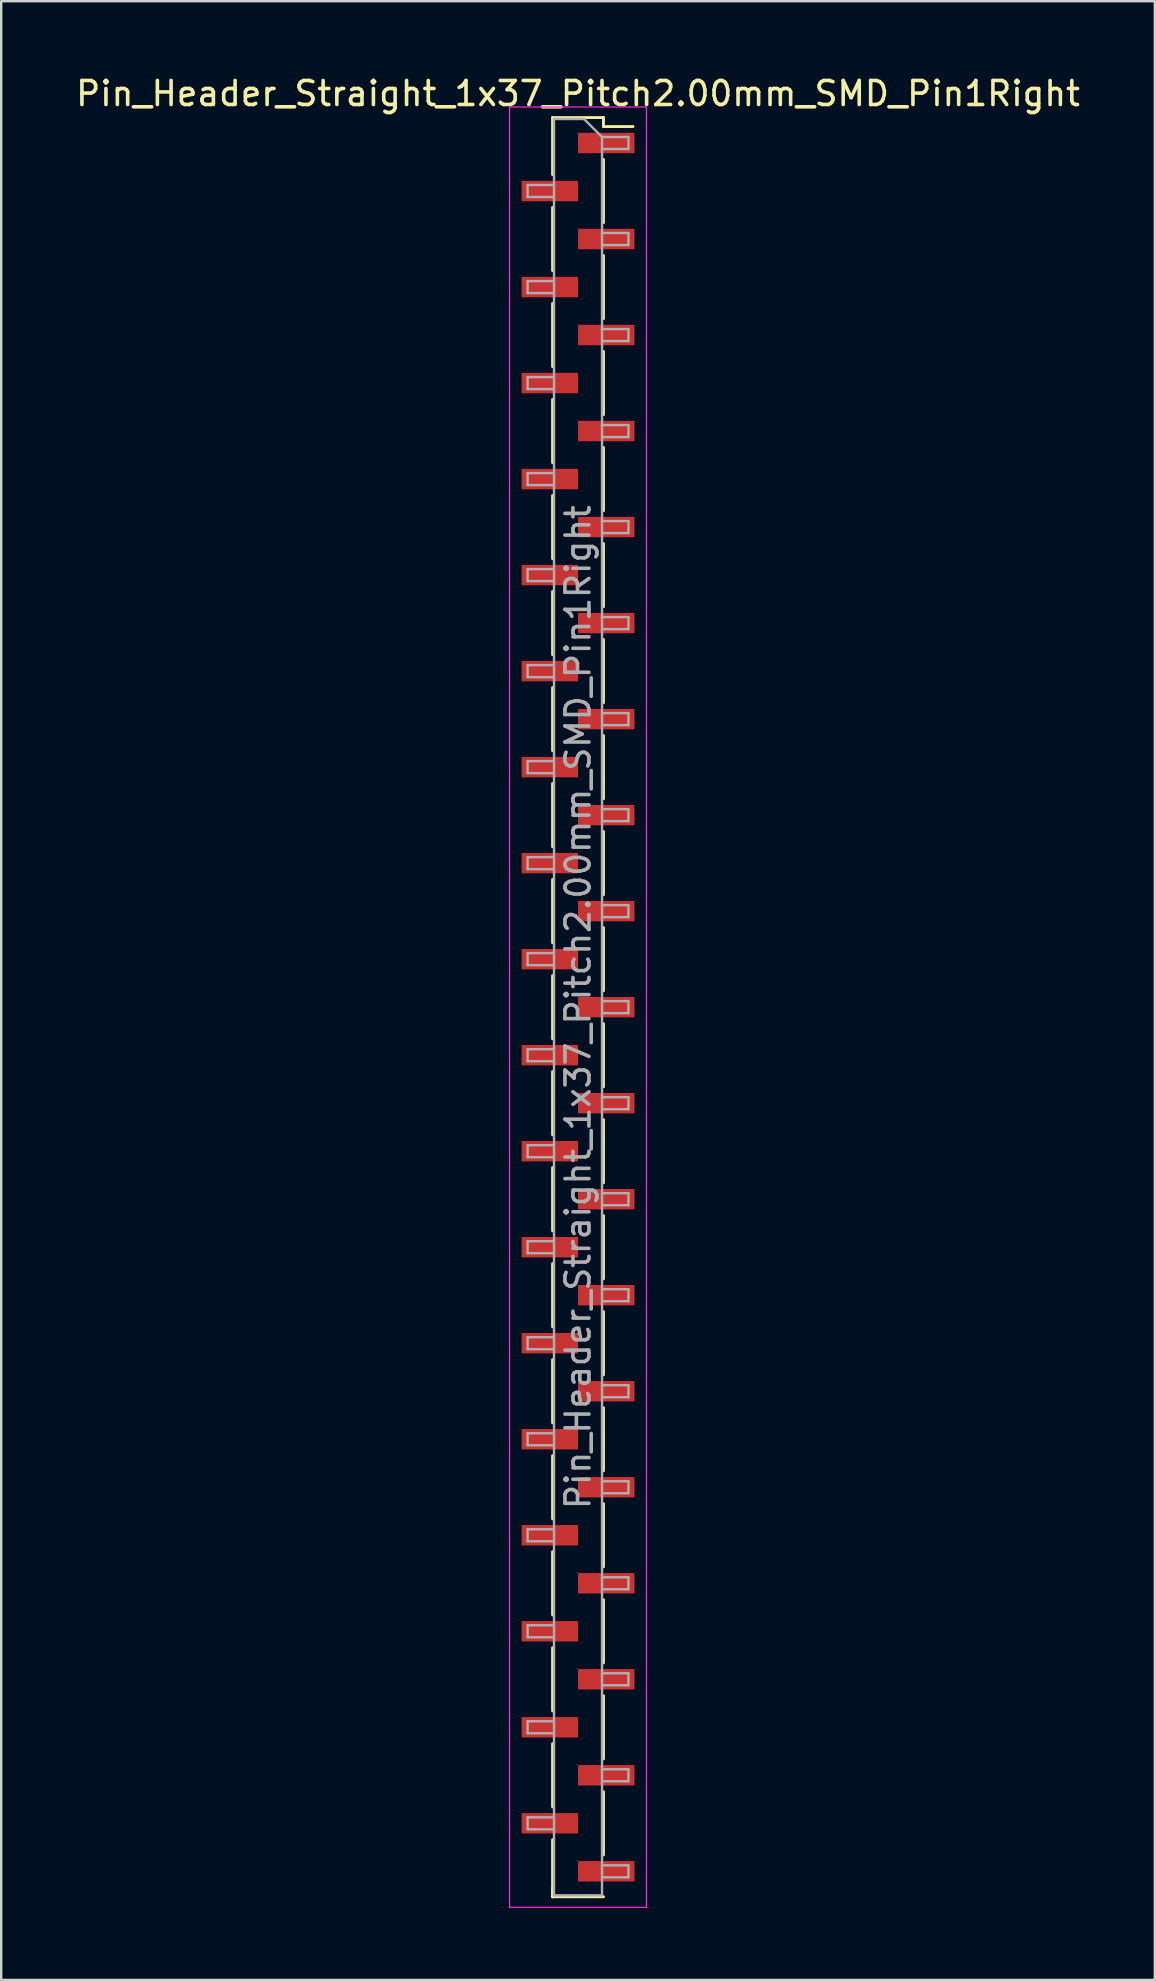
<source format=kicad_pcb>
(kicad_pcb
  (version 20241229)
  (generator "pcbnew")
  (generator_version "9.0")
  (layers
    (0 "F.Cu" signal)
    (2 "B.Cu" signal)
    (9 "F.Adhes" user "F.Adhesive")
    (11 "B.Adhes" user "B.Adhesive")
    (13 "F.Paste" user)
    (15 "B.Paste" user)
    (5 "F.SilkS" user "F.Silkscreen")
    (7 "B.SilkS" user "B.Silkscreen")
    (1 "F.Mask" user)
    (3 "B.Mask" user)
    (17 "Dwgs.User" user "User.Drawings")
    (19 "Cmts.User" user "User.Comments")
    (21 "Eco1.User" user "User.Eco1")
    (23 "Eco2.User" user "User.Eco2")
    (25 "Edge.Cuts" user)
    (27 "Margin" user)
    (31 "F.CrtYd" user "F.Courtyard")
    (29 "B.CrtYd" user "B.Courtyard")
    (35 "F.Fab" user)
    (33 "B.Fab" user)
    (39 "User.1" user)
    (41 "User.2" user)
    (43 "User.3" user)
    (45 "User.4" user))
  (footprint "Pin_Header_Straight_1x37_Pitch2.00mm_SMD_Pin1Right"
    (layer "F.Cu")
    (at 21.03 38.908)
    (property "Reference" "Pin_Header_Straight_1x37_Pitch2.00mm_SMD_Pin1Right" (at 0 -38.06 0) (layer "F.SilkS") (effects (font (size 1 1) (thickness 0.15))))
    (attr smd)
    (fp_line (start -1.06 -37.06) (end -1.06 -34.685) (stroke (width 0.12) (type solid)) (layer "F.SilkS"))
    (fp_line (start -1.06 -37.06) (end 1.06 -37.06) (stroke (width 0.12) (type solid)) (layer "F.SilkS"))
    (fp_line (start -1.06 -33.315) (end -1.06 -30.685) (stroke (width 0.12) (type solid)) (layer "F.SilkS"))
    (fp_line (start -1.06 -29.315) (end -1.06 -26.685) (stroke (width 0.12) (type solid)) (layer "F.SilkS"))
    (fp_line (start -1.06 -25.315) (end -1.06 -22.685) (stroke (width 0.12) (type solid)) (layer "F.SilkS"))
    (fp_line (start -1.06 -21.315) (end -1.06 -18.685) (stroke (width 0.12) (type solid)) (layer "F.SilkS"))
    (fp_line (start -1.06 -17.315) (end -1.06 -14.685) (stroke (width 0.12) (type solid)) (layer "F.SilkS"))
    (fp_line (start -1.06 -13.315) (end -1.06 -10.685) (stroke (width 0.12) (type solid)) (layer "F.SilkS"))
    (fp_line (start -1.06 -9.315) (end -1.06 -6.685) (stroke (width 0.12) (type solid)) (layer "F.SilkS"))
    (fp_line (start -1.06 -5.315) (end -1.06 -2.685) (stroke (width 0.12) (type solid)) (layer "F.SilkS"))
    (fp_line (start -1.06 -1.315) (end -1.06 1.315) (stroke (width 0.12) (type solid)) (layer "F.SilkS"))
    (fp_line (start -1.06 2.685) (end -1.06 5.315) (stroke (width 0.12) (type solid)) (layer "F.SilkS"))
    (fp_line (start -1.06 6.685) (end -1.06 9.315) (stroke (width 0.12) (type solid)) (layer "F.SilkS"))
    (fp_line (start -1.06 10.685) (end -1.06 13.315) (stroke (width 0.12) (type solid)) (layer "F.SilkS"))
    (fp_line (start -1.06 14.685) (end -1.06 17.315) (stroke (width 0.12) (type solid)) (layer "F.SilkS"))
    (fp_line (start -1.06 18.685) (end -1.06 21.315) (stroke (width 0.12) (type solid)) (layer "F.SilkS"))
    (fp_line (start -1.06 22.685) (end -1.06 25.315) (stroke (width 0.12) (type solid)) (layer "F.SilkS"))
    (fp_line (start -1.06 26.685) (end -1.06 29.315) (stroke (width 0.12) (type solid)) (layer "F.SilkS"))
    (fp_line (start -1.06 30.685) (end -1.06 33.315) (stroke (width 0.12) (type solid)) (layer "F.SilkS"))
    (fp_line (start -1.06 34.685) (end -1.06 37.06) (stroke (width 0.12) (type solid)) (layer "F.SilkS"))
    (fp_line (start -1.06 36.685) (end -1.06 37.06) (stroke (width 0.12) (type solid)) (layer "F.SilkS"))
    (fp_line (start -1.06 37.06) (end 1.06 37.06) (stroke (width 0.12) (type solid)) (layer "F.SilkS"))
    (fp_line (start 1.06 -37.06) (end 1.06 -36.685) (stroke (width 0.12) (type solid)) (layer "F.SilkS"))
    (fp_line (start 1.06 -36.685) (end 2.29 -36.685) (stroke (width 0.12) (type solid)) (layer "F.SilkS"))
    (fp_line (start 1.06 -35.315) (end 1.06 -32.685) (stroke (width 0.12) (type solid)) (layer "F.SilkS"))
    (fp_line (start 1.06 -31.315) (end 1.06 -28.685) (stroke (width 0.12) (type solid)) (layer "F.SilkS"))
    (fp_line (start 1.06 -27.315) (end 1.06 -24.685) (stroke (width 0.12) (type solid)) (layer "F.SilkS"))
    (fp_line (start 1.06 -23.315) (end 1.06 -20.685) (stroke (width 0.12) (type solid)) (layer "F.SilkS"))
    (fp_line (start 1.06 -19.315) (end 1.06 -16.685) (stroke (width 0.12) (type solid)) (layer "F.SilkS"))
    (fp_line (start 1.06 -15.315) (end 1.06 -12.685) (stroke (width 0.12) (type solid)) (layer "F.SilkS"))
    (fp_line (start 1.06 -11.315) (end 1.06 -8.685) (stroke (width 0.12) (type solid)) (layer "F.SilkS"))
    (fp_line (start 1.06 -7.315) (end 1.06 -4.685) (stroke (width 0.12) (type solid)) (layer "F.SilkS"))
    (fp_line (start 1.06 -3.315) (end 1.06 -0.685) (stroke (width 0.12) (type solid)) (layer "F.SilkS"))
    (fp_line (start 1.06 0.685) (end 1.06 3.315) (stroke (width 0.12) (type solid)) (layer "F.SilkS"))
    (fp_line (start 1.06 4.685) (end 1.06 7.315) (stroke (width 0.12) (type solid)) (layer "F.SilkS"))
    (fp_line (start 1.06 8.685) (end 1.06 11.315) (stroke (width 0.12) (type solid)) (layer "F.SilkS"))
    (fp_line (start 1.06 12.685) (end 1.06 15.315) (stroke (width 0.12) (type solid)) (layer "F.SilkS"))
    (fp_line (start 1.06 16.685) (end 1.06 19.315) (stroke (width 0.12) (type solid)) (layer "F.SilkS"))
    (fp_line (start 1.06 20.685) (end 1.06 23.315) (stroke (width 0.12) (type solid)) (layer "F.SilkS"))
    (fp_line (start 1.06 24.685) (end 1.06 27.315) (stroke (width 0.12) (type solid)) (layer "F.SilkS"))
    (fp_line (start 1.06 28.685) (end 1.06 31.315) (stroke (width 0.12) (type solid)) (layer "F.SilkS"))
    (fp_line (start 1.06 32.685) (end 1.06 35.315) (stroke (width 0.12) (type solid)) (layer "F.SilkS"))
    (fp_line (start -2.85 -37.5) (end -2.85 37.5) (stroke (width 0.05) (type solid)) (layer "F.CrtYd"))
    (fp_line (start -2.85 37.5) (end 2.85 37.5) (stroke (width 0.05) (type solid)) (layer "F.CrtYd"))
    (fp_line (start 2.85 -37.5) (end -2.85 -37.5) (stroke (width 0.05) (type solid)) (layer "F.CrtYd"))
    (fp_line (start 2.85 37.5) (end 2.85 -37.5) (stroke (width 0.05) (type solid)) (layer "F.CrtYd"))
    (fp_line (start -2.1 -34.25) (end -2.1 -33.75) (stroke (width 0.1) (type solid)) (layer "F.Fab"))
    (fp_line (start -2.1 -33.75) (end -1 -33.75) (stroke (width 0.1) (type solid)) (layer "F.Fab"))
    (fp_line (start -2.1 -30.25) (end -2.1 -29.75) (stroke (width 0.1) (type solid)) (layer "F.Fab"))
    (fp_line (start -2.1 -29.75) (end -1 -29.75) (stroke (width 0.1) (type solid)) (layer "F.Fab"))
    (fp_line (start -2.1 -26.25) (end -2.1 -25.75) (stroke (width 0.1) (type solid)) (layer "F.Fab"))
    (fp_line (start -2.1 -25.75) (end -1 -25.75) (stroke (width 0.1) (type solid)) (layer "F.Fab"))
    (fp_line (start -2.1 -22.25) (end -2.1 -21.75) (stroke (width 0.1) (type solid)) (layer "F.Fab"))
    (fp_line (start -2.1 -21.75) (end -1 -21.75) (stroke (width 0.1) (type solid)) (layer "F.Fab"))
    (fp_line (start -2.1 -18.25) (end -2.1 -17.75) (stroke (width 0.1) (type solid)) (layer "F.Fab"))
    (fp_line (start -2.1 -17.75) (end -1 -17.75) (stroke (width 0.1) (type solid)) (layer "F.Fab"))
    (fp_line (start -2.1 -14.25) (end -2.1 -13.75) (stroke (width 0.1) (type solid)) (layer "F.Fab"))
    (fp_line (start -2.1 -13.75) (end -1 -13.75) (stroke (width 0.1) (type solid)) (layer "F.Fab"))
    (fp_line (start -2.1 -10.25) (end -2.1 -9.75) (stroke (width 0.1) (type solid)) (layer "F.Fab"))
    (fp_line (start -2.1 -9.75) (end -1 -9.75) (stroke (width 0.1) (type solid)) (layer "F.Fab"))
    (fp_line (start -2.1 -6.25) (end -2.1 -5.75) (stroke (width 0.1) (type solid)) (layer "F.Fab"))
    (fp_line (start -2.1 -5.75) (end -1 -5.75) (stroke (width 0.1) (type solid)) (layer "F.Fab"))
    (fp_line (start -2.1 -2.25) (end -2.1 -1.75) (stroke (width 0.1) (type solid)) (layer "F.Fab"))
    (fp_line (start -2.1 -1.75) (end -1 -1.75) (stroke (width 0.1) (type solid)) (layer "F.Fab"))
    (fp_line (start -2.1 1.75) (end -2.1 2.25) (stroke (width 0.1) (type solid)) (layer "F.Fab"))
    (fp_line (start -2.1 2.25) (end -1 2.25) (stroke (width 0.1) (type solid)) (layer "F.Fab"))
    (fp_line (start -2.1 5.75) (end -2.1 6.25) (stroke (width 0.1) (type solid)) (layer "F.Fab"))
    (fp_line (start -2.1 6.25) (end -1 6.25) (stroke (width 0.1) (type solid)) (layer "F.Fab"))
    (fp_line (start -2.1 9.75) (end -2.1 10.25) (stroke (width 0.1) (type solid)) (layer "F.Fab"))
    (fp_line (start -2.1 10.25) (end -1 10.25) (stroke (width 0.1) (type solid)) (layer "F.Fab"))
    (fp_line (start -2.1 13.75) (end -2.1 14.25) (stroke (width 0.1) (type solid)) (layer "F.Fab"))
    (fp_line (start -2.1 14.25) (end -1 14.25) (stroke (width 0.1) (type solid)) (layer "F.Fab"))
    (fp_line (start -2.1 17.75) (end -2.1 18.25) (stroke (width 0.1) (type solid)) (layer "F.Fab"))
    (fp_line (start -2.1 18.25) (end -1 18.25) (stroke (width 0.1) (type solid)) (layer "F.Fab"))
    (fp_line (start -2.1 21.75) (end -2.1 22.25) (stroke (width 0.1) (type solid)) (layer "F.Fab"))
    (fp_line (start -2.1 22.25) (end -1 22.25) (stroke (width 0.1) (type solid)) (layer "F.Fab"))
    (fp_line (start -2.1 25.75) (end -2.1 26.25) (stroke (width 0.1) (type solid)) (layer "F.Fab"))
    (fp_line (start -2.1 26.25) (end -1 26.25) (stroke (width 0.1) (type solid)) (layer "F.Fab"))
    (fp_line (start -2.1 29.75) (end -2.1 30.25) (stroke (width 0.1) (type solid)) (layer "F.Fab"))
    (fp_line (start -2.1 30.25) (end -1 30.25) (stroke (width 0.1) (type solid)) (layer "F.Fab"))
    (fp_line (start -2.1 33.75) (end -2.1 34.25) (stroke (width 0.1) (type solid)) (layer "F.Fab"))
    (fp_line (start -2.1 34.25) (end -1 34.25) (stroke (width 0.1) (type solid)) (layer "F.Fab"))
    (fp_line (start -1 -37) (end -1 37) (stroke (width 0.1) (type solid)) (layer "F.Fab"))
    (fp_line (start -1 -37) (end 0.25 -37) (stroke (width 0.1) (type solid)) (layer "F.Fab"))
    (fp_line (start -1 -34.25) (end -2.1 -34.25) (stroke (width 0.1) (type solid)) (layer "F.Fab"))
    (fp_line (start -1 -30.25) (end -2.1 -30.25) (stroke (width 0.1) (type solid)) (layer "F.Fab"))
    (fp_line (start -1 -26.25) (end -2.1 -26.25) (stroke (width 0.1) (type solid)) (layer "F.Fab"))
    (fp_line (start -1 -22.25) (end -2.1 -22.25) (stroke (width 0.1) (type solid)) (layer "F.Fab"))
    (fp_line (start -1 -18.25) (end -2.1 -18.25) (stroke (width 0.1) (type solid)) (layer "F.Fab"))
    (fp_line (start -1 -14.25) (end -2.1 -14.25) (stroke (width 0.1) (type solid)) (layer "F.Fab"))
    (fp_line (start -1 -10.25) (end -2.1 -10.25) (stroke (width 0.1) (type solid)) (layer "F.Fab"))
    (fp_line (start -1 -6.25) (end -2.1 -6.25) (stroke (width 0.1) (type solid)) (layer "F.Fab"))
    (fp_line (start -1 -2.25) (end -2.1 -2.25) (stroke (width 0.1) (type solid)) (layer "F.Fab"))
    (fp_line (start -1 1.75) (end -2.1 1.75) (stroke (width 0.1) (type solid)) (layer "F.Fab"))
    (fp_line (start -1 5.75) (end -2.1 5.75) (stroke (width 0.1) (type solid)) (layer "F.Fab"))
    (fp_line (start -1 9.75) (end -2.1 9.75) (stroke (width 0.1) (type solid)) (layer "F.Fab"))
    (fp_line (start -1 13.75) (end -2.1 13.75) (stroke (width 0.1) (type solid)) (layer "F.Fab"))
    (fp_line (start -1 17.75) (end -2.1 17.75) (stroke (width 0.1) (type solid)) (layer "F.Fab"))
    (fp_line (start -1 21.75) (end -2.1 21.75) (stroke (width 0.1) (type solid)) (layer "F.Fab"))
    (fp_line (start -1 25.75) (end -2.1 25.75) (stroke (width 0.1) (type solid)) (layer "F.Fab"))
    (fp_line (start -1 29.75) (end -2.1 29.75) (stroke (width 0.1) (type solid)) (layer "F.Fab"))
    (fp_line (start -1 33.75) (end -2.1 33.75) (stroke (width 0.1) (type solid)) (layer "F.Fab"))
    (fp_line (start 1 -36.25) (end 0.25 -37) (stroke (width 0.1) (type solid)) (layer "F.Fab"))
    (fp_line (start 1 -36.25) (end 2.1 -36.25) (stroke (width 0.1) (type solid)) (layer "F.Fab"))
    (fp_line (start 1 -32.25) (end 2.1 -32.25) (stroke (width 0.1) (type solid)) (layer "F.Fab"))
    (fp_line (start 1 -28.25) (end 2.1 -28.25) (stroke (width 0.1) (type solid)) (layer "F.Fab"))
    (fp_line (start 1 -24.25) (end 2.1 -24.25) (stroke (width 0.1) (type solid)) (layer "F.Fab"))
    (fp_line (start 1 -20.25) (end 2.1 -20.25) (stroke (width 0.1) (type solid)) (layer "F.Fab"))
    (fp_line (start 1 -16.25) (end 2.1 -16.25) (stroke (width 0.1) (type solid)) (layer "F.Fab"))
    (fp_line (start 1 -12.25) (end 2.1 -12.25) (stroke (width 0.1) (type solid)) (layer "F.Fab"))
    (fp_line (start 1 -8.25) (end 2.1 -8.25) (stroke (width 0.1) (type solid)) (layer "F.Fab"))
    (fp_line (start 1 -4.25) (end 2.1 -4.25) (stroke (width 0.1) (type solid)) (layer "F.Fab"))
    (fp_line (start 1 -0.25) (end 2.1 -0.25) (stroke (width 0.1) (type solid)) (layer "F.Fab"))
    (fp_line (start 1 3.75) (end 2.1 3.75) (stroke (width 0.1) (type solid)) (layer "F.Fab"))
    (fp_line (start 1 7.75) (end 2.1 7.75) (stroke (width 0.1) (type solid)) (layer "F.Fab"))
    (fp_line (start 1 11.75) (end 2.1 11.75) (stroke (width 0.1) (type solid)) (layer "F.Fab"))
    (fp_line (start 1 15.75) (end 2.1 15.75) (stroke (width 0.1) (type solid)) (layer "F.Fab"))
    (fp_line (start 1 19.75) (end 2.1 19.75) (stroke (width 0.1) (type solid)) (layer "F.Fab"))
    (fp_line (start 1 23.75) (end 2.1 23.75) (stroke (width 0.1) (type solid)) (layer "F.Fab"))
    (fp_line (start 1 27.75) (end 2.1 27.75) (stroke (width 0.1) (type solid)) (layer "F.Fab"))
    (fp_line (start 1 31.75) (end 2.1 31.75) (stroke (width 0.1) (type solid)) (layer "F.Fab"))
    (fp_line (start 1 35.75) (end 2.1 35.75) (stroke (width 0.1) (type solid)) (layer "F.Fab"))
    (fp_line (start 1 37) (end -1 37) (stroke (width 0.1) (type solid)) (layer "F.Fab"))
    (fp_line (start 1 37) (end 1 -36.25) (stroke (width 0.1) (type solid)) (layer "F.Fab"))
    (fp_line (start 2.1 -36.25) (end 2.1 -35.75) (stroke (width 0.1) (type solid)) (layer "F.Fab"))
    (fp_line (start 2.1 -35.75) (end 1 -35.75) (stroke (width 0.1) (type solid)) (layer "F.Fab"))
    (fp_line (start 2.1 -32.25) (end 2.1 -31.75) (stroke (width 0.1) (type solid)) (layer "F.Fab"))
    (fp_line (start 2.1 -31.75) (end 1 -31.75) (stroke (width 0.1) (type solid)) (layer "F.Fab"))
    (fp_line (start 2.1 -28.25) (end 2.1 -27.75) (stroke (width 0.1) (type solid)) (layer "F.Fab"))
    (fp_line (start 2.1 -27.75) (end 1 -27.75) (stroke (width 0.1) (type solid)) (layer "F.Fab"))
    (fp_line (start 2.1 -24.25) (end 2.1 -23.75) (stroke (width 0.1) (type solid)) (layer "F.Fab"))
    (fp_line (start 2.1 -23.75) (end 1 -23.75) (stroke (width 0.1) (type solid)) (layer "F.Fab"))
    (fp_line (start 2.1 -20.25) (end 2.1 -19.75) (stroke (width 0.1) (type solid)) (layer "F.Fab"))
    (fp_line (start 2.1 -19.75) (end 1 -19.75) (stroke (width 0.1) (type solid)) (layer "F.Fab"))
    (fp_line (start 2.1 -16.25) (end 2.1 -15.75) (stroke (width 0.1) (type solid)) (layer "F.Fab"))
    (fp_line (start 2.1 -15.75) (end 1 -15.75) (stroke (width 0.1) (type solid)) (layer "F.Fab"))
    (fp_line (start 2.1 -12.25) (end 2.1 -11.75) (stroke (width 0.1) (type solid)) (layer "F.Fab"))
    (fp_line (start 2.1 -11.75) (end 1 -11.75) (stroke (width 0.1) (type solid)) (layer "F.Fab"))
    (fp_line (start 2.1 -8.25) (end 2.1 -7.75) (stroke (width 0.1) (type solid)) (layer "F.Fab"))
    (fp_line (start 2.1 -7.75) (end 1 -7.75) (stroke (width 0.1) (type solid)) (layer "F.Fab"))
    (fp_line (start 2.1 -4.25) (end 2.1 -3.75) (stroke (width 0.1) (type solid)) (layer "F.Fab"))
    (fp_line (start 2.1 -3.75) (end 1 -3.75) (stroke (width 0.1) (type solid)) (layer "F.Fab"))
    (fp_line (start 2.1 -0.25) (end 2.1 0.25) (stroke (width 0.1) (type solid)) (layer "F.Fab"))
    (fp_line (start 2.1 0.25) (end 1 0.25) (stroke (width 0.1) (type solid)) (layer "F.Fab"))
    (fp_line (start 2.1 3.75) (end 2.1 4.25) (stroke (width 0.1) (type solid)) (layer "F.Fab"))
    (fp_line (start 2.1 4.25) (end 1 4.25) (stroke (width 0.1) (type solid)) (layer "F.Fab"))
    (fp_line (start 2.1 7.75) (end 2.1 8.25) (stroke (width 0.1) (type solid)) (layer "F.Fab"))
    (fp_line (start 2.1 8.25) (end 1 8.25) (stroke (width 0.1) (type solid)) (layer "F.Fab"))
    (fp_line (start 2.1 11.75) (end 2.1 12.25) (stroke (width 0.1) (type solid)) (layer "F.Fab"))
    (fp_line (start 2.1 12.25) (end 1 12.25) (stroke (width 0.1) (type solid)) (layer "F.Fab"))
    (fp_line (start 2.1 15.75) (end 2.1 16.25) (stroke (width 0.1) (type solid)) (layer "F.Fab"))
    (fp_line (start 2.1 16.25) (end 1 16.25) (stroke (width 0.1) (type solid)) (layer "F.Fab"))
    (fp_line (start 2.1 19.75) (end 2.1 20.25) (stroke (width 0.1) (type solid)) (layer "F.Fab"))
    (fp_line (start 2.1 20.25) (end 1 20.25) (stroke (width 0.1) (type solid)) (layer "F.Fab"))
    (fp_line (start 2.1 23.75) (end 2.1 24.25) (stroke (width 0.1) (type solid)) (layer "F.Fab"))
    (fp_line (start 2.1 24.25) (end 1 24.25) (stroke (width 0.1) (type solid)) (layer "F.Fab"))
    (fp_line (start 2.1 27.75) (end 2.1 28.25) (stroke (width 0.1) (type solid)) (layer "F.Fab"))
    (fp_line (start 2.1 28.25) (end 1 28.25) (stroke (width 0.1) (type solid)) (layer "F.Fab"))
    (fp_line (start 2.1 31.75) (end 2.1 32.25) (stroke (width 0.1) (type solid)) (layer "F.Fab"))
    (fp_line (start 2.1 32.25) (end 1 32.25) (stroke (width 0.1) (type solid)) (layer "F.Fab"))
    (fp_line (start 2.1 35.75) (end 2.1 36.25) (stroke (width 0.1) (type solid)) (layer "F.Fab"))
    (fp_line (start 2.1 36.25) (end 1 36.25) (stroke (width 0.1) (type solid)) (layer "F.Fab"))
    (fp_text user "${REFERENCE}" (at 0 0 90) (layer "F.Fab") (effects (font (size 1 1) (thickness 0.15))))
    (pad "1" smd rect (at 1.175 -36) (size 2.35 0.85) (layers "F.Cu" "F.Mask" "F.Paste"))
    (pad "2" smd rect (at -1.175 -34) (size 2.35 0.85) (layers "F.Cu" "F.Mask" "F.Paste"))
    (pad "3" smd rect (at 1.175 -32) (size 2.35 0.85) (layers "F.Cu" "F.Mask" "F.Paste"))
    (pad "4" smd rect (at -1.175 -30) (size 2.35 0.85) (layers "F.Cu" "F.Mask" "F.Paste"))
    (pad "5" smd rect (at 1.175 -28) (size 2.35 0.85) (layers "F.Cu" "F.Mask" "F.Paste"))
    (pad "6" smd rect (at -1.175 -26) (size 2.35 0.85) (layers "F.Cu" "F.Mask" "F.Paste"))
    (pad "7" smd rect (at 1.175 -24) (size 2.35 0.85) (layers "F.Cu" "F.Mask" "F.Paste"))
    (pad "8" smd rect (at -1.175 -22) (size 2.35 0.85) (layers "F.Cu" "F.Mask" "F.Paste"))
    (pad "9" smd rect (at 1.175 -20) (size 2.35 0.85) (layers "F.Cu" "F.Mask" "F.Paste"))
    (pad "10" smd rect (at -1.175 -18) (size 2.35 0.85) (layers "F.Cu" "F.Mask" "F.Paste"))
    (pad "11" smd rect (at 1.175 -16) (size 2.35 0.85) (layers "F.Cu" "F.Mask" "F.Paste"))
    (pad "12" smd rect (at -1.175 -14) (size 2.35 0.85) (layers "F.Cu" "F.Mask" "F.Paste"))
    (pad "13" smd rect (at 1.175 -12) (size 2.35 0.85) (layers "F.Cu" "F.Mask" "F.Paste"))
    (pad "14" smd rect (at -1.175 -10) (size 2.35 0.85) (layers "F.Cu" "F.Mask" "F.Paste"))
    (pad "15" smd rect (at 1.175 -8) (size 2.35 0.85) (layers "F.Cu" "F.Mask" "F.Paste"))
    (pad "16" smd rect (at -1.175 -6) (size 2.35 0.85) (layers "F.Cu" "F.Mask" "F.Paste"))
    (pad "17" smd rect (at 1.175 -4) (size 2.35 0.85) (layers "F.Cu" "F.Mask" "F.Paste"))
    (pad "18" smd rect (at -1.175 -2) (size 2.35 0.85) (layers "F.Cu" "F.Mask" "F.Paste"))
    (pad "19" smd rect (at 1.175 0) (size 2.35 0.85) (layers "F.Cu" "F.Mask" "F.Paste"))
    (pad "20" smd rect (at -1.175 2) (size 2.35 0.85) (layers "F.Cu" "F.Mask" "F.Paste"))
    (pad "21" smd rect (at 1.175 4) (size 2.35 0.85) (layers "F.Cu" "F.Mask" "F.Paste"))
    (pad "22" smd rect (at -1.175 6) (size 2.35 0.85) (layers "F.Cu" "F.Mask" "F.Paste"))
    (pad "23" smd rect (at 1.175 8) (size 2.35 0.85) (layers "F.Cu" "F.Mask" "F.Paste"))
    (pad "24" smd rect (at -1.175 10) (size 2.35 0.85) (layers "F.Cu" "F.Mask" "F.Paste"))
    (pad "25" smd rect (at 1.175 12) (size 2.35 0.85) (layers "F.Cu" "F.Mask" "F.Paste"))
    (pad "26" smd rect (at -1.175 14) (size 2.35 0.85) (layers "F.Cu" "F.Mask" "F.Paste"))
    (pad "27" smd rect (at 1.175 16) (size 2.35 0.85) (layers "F.Cu" "F.Mask" "F.Paste"))
    (pad "28" smd rect (at -1.175 18) (size 2.35 0.85) (layers "F.Cu" "F.Mask" "F.Paste"))
    (pad "29" smd rect (at 1.175 20) (size 2.35 0.85) (layers "F.Cu" "F.Mask" "F.Paste"))
    (pad "30" smd rect (at -1.175 22) (size 2.35 0.85) (layers "F.Cu" "F.Mask" "F.Paste"))
    (pad "31" smd rect (at 1.175 24) (size 2.35 0.85) (layers "F.Cu" "F.Mask" "F.Paste"))
    (pad "32" smd rect (at -1.175 26) (size 2.35 0.85) (layers "F.Cu" "F.Mask" "F.Paste"))
    (pad "33" smd rect (at 1.175 28) (size 2.35 0.85) (layers "F.Cu" "F.Mask" "F.Paste"))
    (pad "34" smd rect (at -1.175 30) (size 2.35 0.85) (layers "F.Cu" "F.Mask" "F.Paste"))
    (pad "35" smd rect (at 1.175 32) (size 2.35 0.85) (layers "F.Cu" "F.Mask" "F.Paste"))
    (pad "36" smd rect (at -1.175 34) (size 2.35 0.85) (layers "F.Cu" "F.Mask" "F.Paste"))
    (pad "37" smd rect (at 1.175 36) (size 2.35 0.85) (layers "F.Cu" "F.Mask" "F.Paste")))
  (gr_rect
    (start -3 -3)
    (end 45.06 79.433)
    (stroke (width 0.1) (type default))
    (fill no)
    (layer "Edge.Cuts")))
</source>
